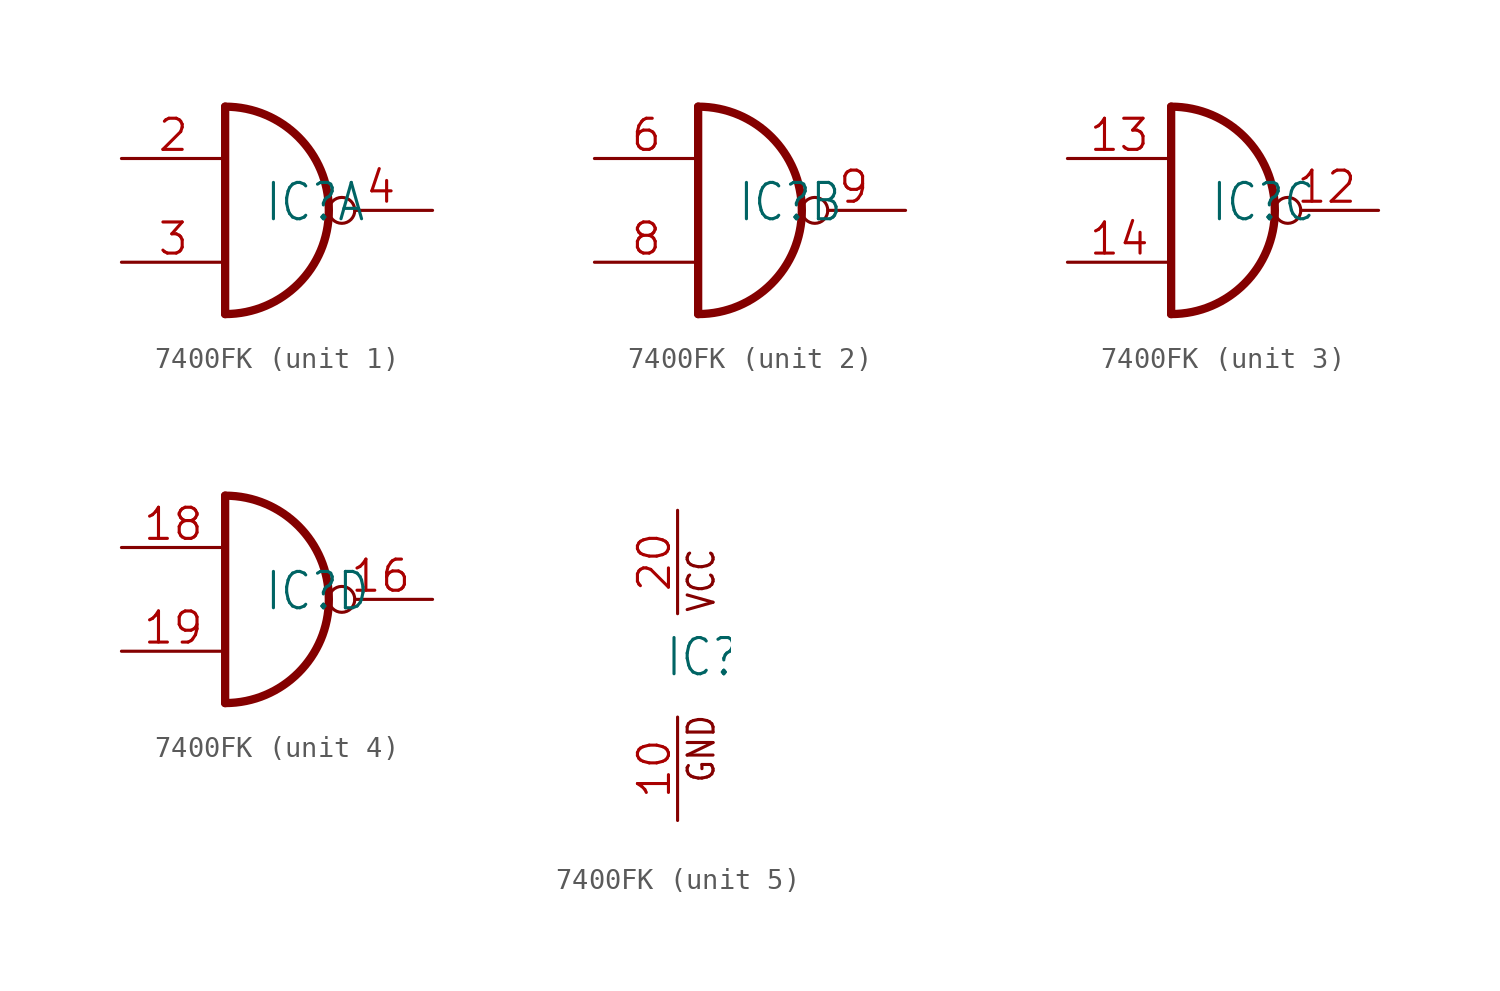
<source format=kicad_sym>
(kicad_symbol_lib
  (version 20241209)
  (generator "kicad_symbol_editor")
  (generator_version "9.0")
  (symbol "7400FK"
    (property "Reference" "IC"
      (at -0.635 -0.635 0)
      (effects (font (size 1.778 1.511)) (justify left bottom)))
    (property "ki_locked" ""
      (at 0 0 0)
      (effects (font (size 1.27 1.27))))
    (symbol "7400FK_1_0"
      (polyline (pts (xy -2.54 5.08) (xy -2.54 -5.08)) (stroke (width 0.406) (type solid)) (fill (type none)))
      (arc (start -2.54 5.08) (mid 2.54 0) (end -2.54 -5.08) (stroke (width 0.4064) (type solid)) (fill (type none)))
      (pin input line (at -7.62 2.54 0) (length 5.08) (name "I0" (effects (font (size 0 0)))) (number "2" (effects (font (size 1.524 1.524)))))
      (pin input line (at -7.62 -2.54 0) (length 5.08) (name "I1" (effects (font (size 0 0)))) (number "3" (effects (font (size 1.524 1.524)))))
      (pin output inverted (at 7.62 0 180) (length 5.08) (name "O" (effects (font (size 0 0)))) (number "4" (effects (font (size 1.524 1.524))))))
    (symbol "7400FK_2_0"
      (polyline (pts (xy -2.54 5.08) (xy -2.54 -5.08)) (stroke (width 0.406) (type solid)) (fill (type none)))
      (arc (start -2.54 5.08) (mid 2.54 0) (end -2.54 -5.08) (stroke (width 0.4064) (type solid)) (fill (type none)))
      (pin input line (at -7.62 2.54 0) (length 5.08) (name "I0" (effects (font (size 0 0)))) (number "6" (effects (font (size 1.524 1.524)))))
      (pin input line (at -7.62 -2.54 0) (length 5.08) (name "I1" (effects (font (size 0 0)))) (number "8" (effects (font (size 1.524 1.524)))))
      (pin output inverted (at 7.62 0 180) (length 5.08) (name "O" (effects (font (size 0 0)))) (number "9" (effects (font (size 1.524 1.524))))))
    (symbol "7400FK_3_0"
      (polyline (pts (xy -2.54 5.08) (xy -2.54 -5.08)) (stroke (width 0.406) (type solid)) (fill (type none)))
      (arc (start -2.54 5.08) (mid 2.54 0) (end -2.54 -5.08) (stroke (width 0.4064) (type solid)) (fill (type none)))
      (pin input line (at -7.62 2.54 0) (length 5.08) (name "I0" (effects (font (size 0 0)))) (number "13" (effects (font (size 1.524 1.524)))))
      (pin input line (at -7.62 -2.54 0) (length 5.08) (name "I1" (effects (font (size 0 0)))) (number "14" (effects (font (size 1.524 1.524)))))
      (pin output inverted (at 7.62 0 180) (length 5.08) (name "O" (effects (font (size 0 0)))) (number "12" (effects (font (size 1.524 1.524))))))
    (symbol "7400FK_4_0"
      (polyline (pts (xy -2.54 5.08) (xy -2.54 -5.08)) (stroke (width 0.406) (type solid)) (fill (type none)))
      (arc (start -2.54 5.08) (mid 2.54 0) (end -2.54 -5.08) (stroke (width 0.4064) (type solid)) (fill (type none)))
      (pin input line (at -7.62 2.54 0) (length 5.08) (name "I0" (effects (font (size 0 0)))) (number "18" (effects (font (size 1.524 1.524)))))
      (pin input line (at -7.62 -2.54 0) (length 5.08) (name "I1" (effects (font (size 0 0)))) (number "19" (effects (font (size 1.524 1.524)))))
      (pin output inverted (at 7.62 0 180) (length 5.08) (name "O" (effects (font (size 0 0)))) (number "16" (effects (font (size 1.524 1.524))))))
    (symbol "7400FK_5_0"
      (text "VCC" (at 1.905 2.54 900) (effects (font (size 1.27 1.079)) (justify left bottom)))
      (text "GND" (at 1.905 -5.842 900) (effects (font (size 1.27 1.079)) (justify left bottom)))
      (pin power_in line (at 0 7.62 270) (length 5.08) (name "VCC" (effects (font (size 0 0)))) (number "20" (effects (font (size 1.524 1.524)))))
      (pin power_in line (at 0 -7.62 90) (length 5.08) (name "GND" (effects (font (size 0 0)))) (number "10" (effects (font (size 1.524 1.524))))))))
</source>
